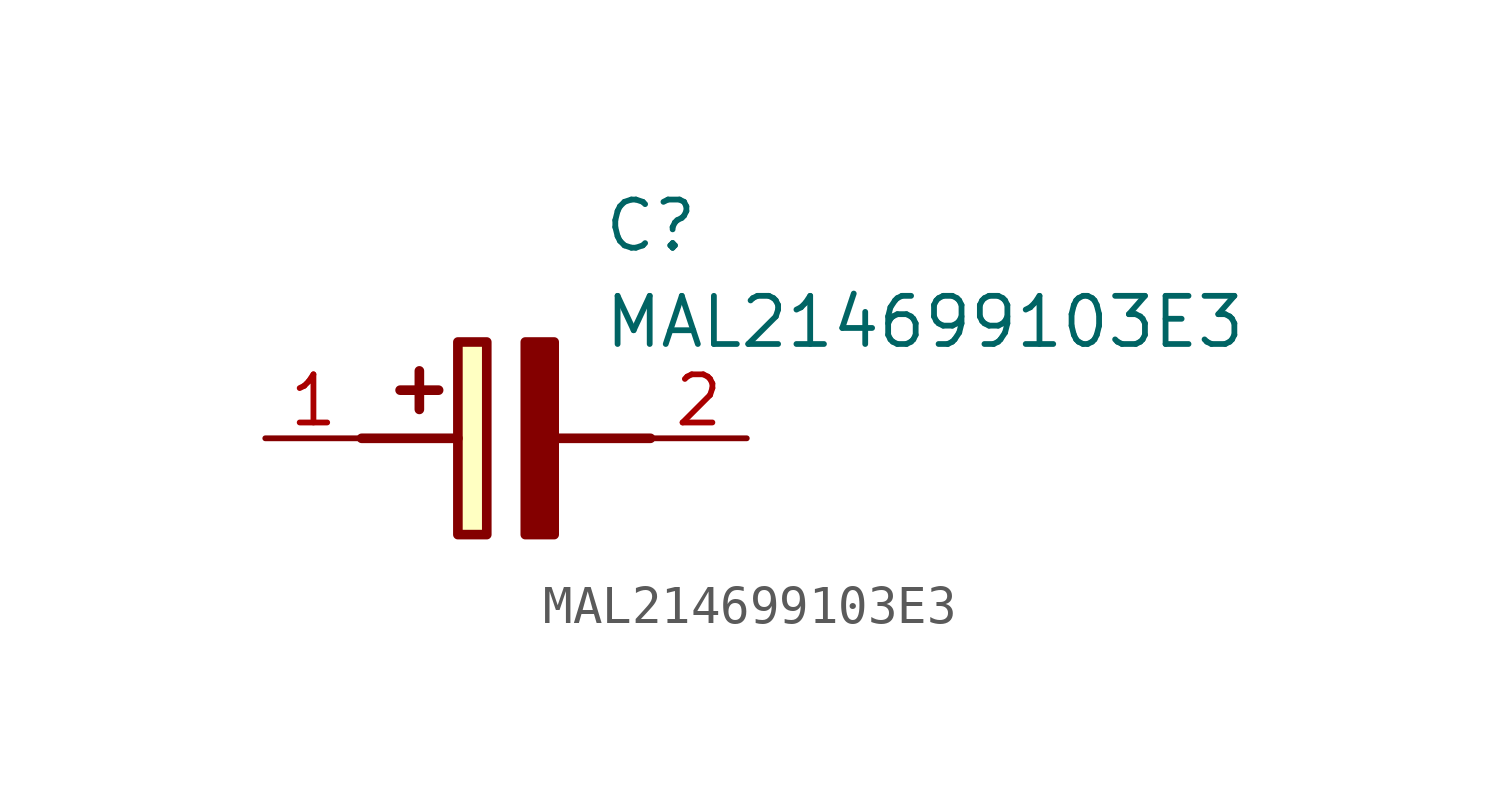
<source format=kicad_sym>
(kicad_symbol_lib
  (version 20211014)
  (generator SamacSys_ECAD_Model)
  (symbol "MAL214699103E3"
    (pin_names hide)
    (property "Reference" "C"
      (at 8.89 6.35 0)
      (effects (font (size 1.27 1.27)) (justify left top)))
    (property "Value" "MAL214699103E3"
      (at 8.89 3.81 0)
      (effects (font (size 1.27 1.27)) (justify left top)))
    (rectangle
      (start 5.08 2.54)
      (end 5.842 -2.54)
      (stroke (width 0.254) (type default))
      (fill (type background)))
    (polyline
      (pts (xy 4.572 1.27) (xy 3.556 1.27))
      (stroke (width 0.254) (type default))
      (fill (type none)))
    (polyline
      (pts (xy 4.064 1.778) (xy 4.064 0.762))
      (stroke (width 0.254) (type default))
      (fill (type none)))
    (polyline
      (pts (xy 2.54 0) (xy 5.08 0))
      (stroke (width 0.254) (type default))
      (fill (type none)))
    (polyline
      (pts (xy 7.62 0) (xy 10.16 0))
      (stroke (width 0.254) (type default))
      (fill (type none)))
    (polyline
      (pts (xy 7.62 2.54) (xy 7.62 -2.54) (xy 6.858 -2.54) (xy 6.858 2.54) (xy 7.62 2.54))
      (stroke (width 0.254) (type default))
      (fill (type outline)))
    (pin passive line
      (at 0 0 0)
      (length 2.54)
      (name "+" (effects (font (size 1.27 1.27))))
      (number "1" (effects (font (size 1.27 1.27)))))
    (pin passive line
      (at 12.7 0 180)
      (length 2.54)
      (name "-" (effects (font (size 1.27 1.27))))
      (number "2" (effects (font (size 1.27 1.27)))))))
</source>
